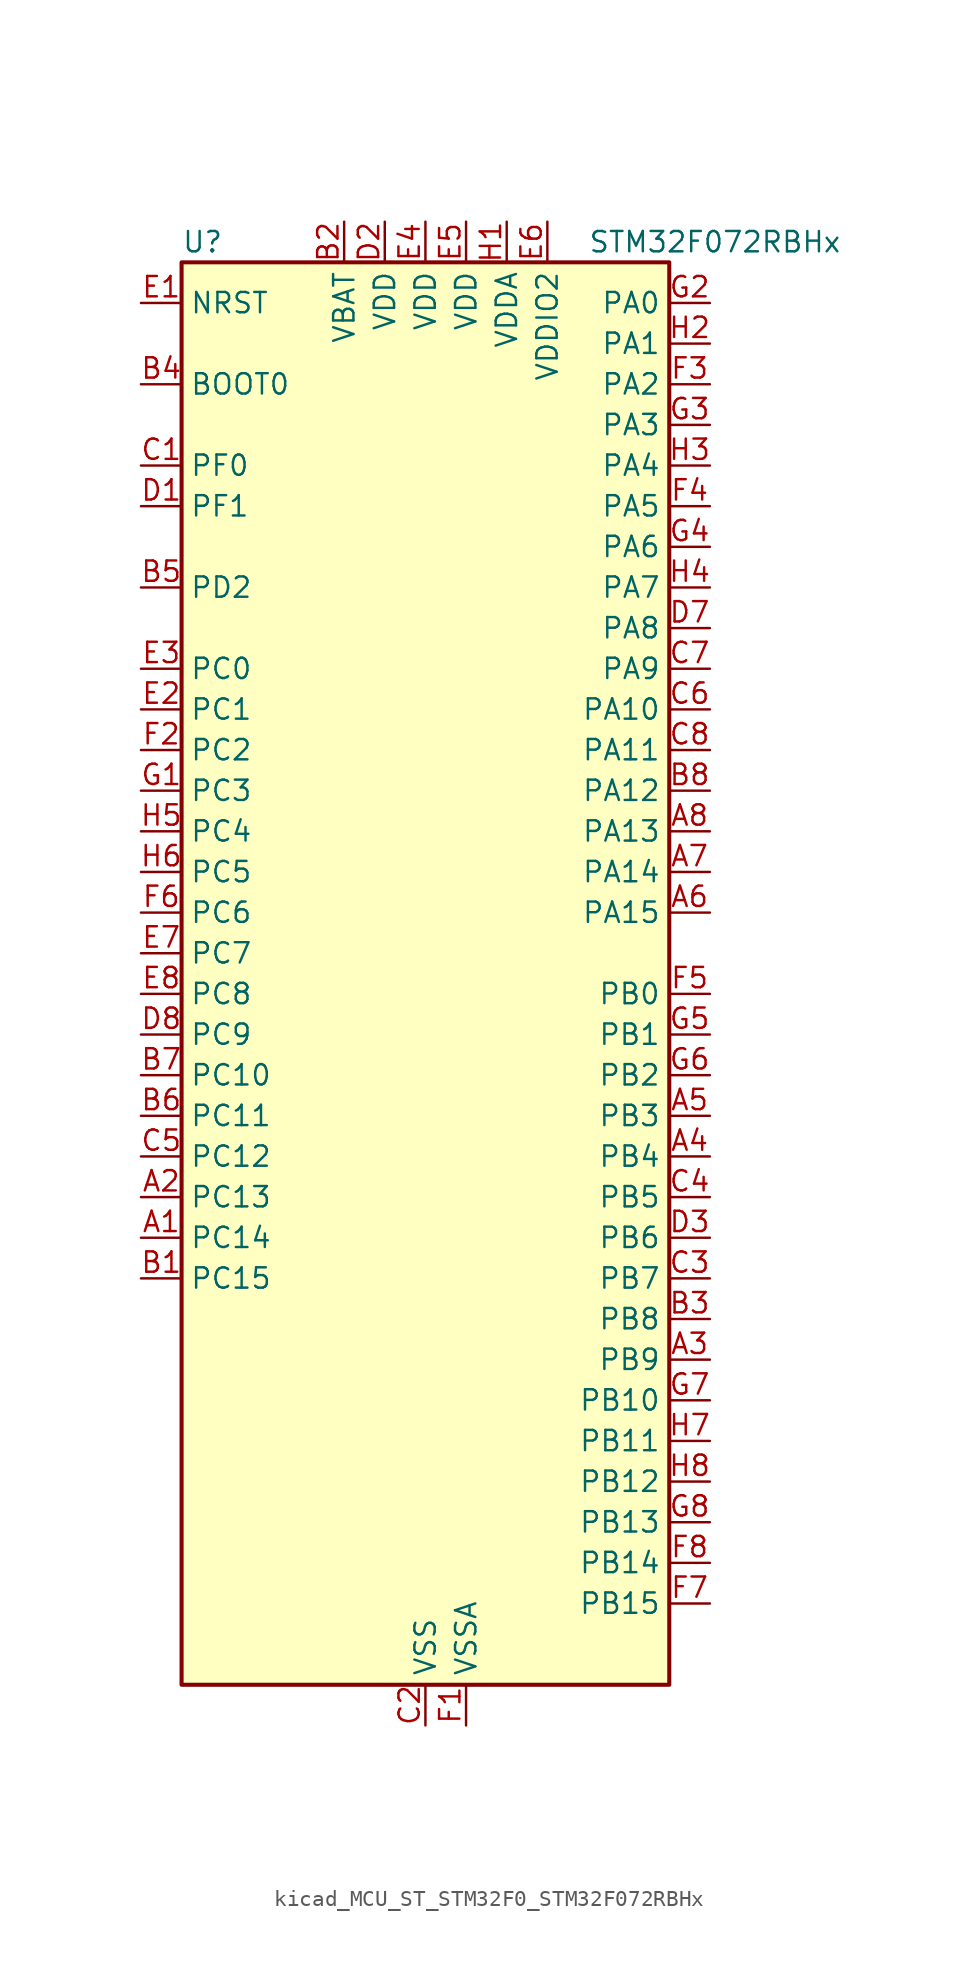
<source format=kicad_sym>
(kicad_symbol_lib
  (version 20220914)
  (generator kicad_symbol_editor)
  (symbol "kicad_MCU_ST_STM32F0_STM32F072RBHx"
    (property "Reference" "U"
      (at -15.24 46.99 0)
      (effects (font (size 1.27 1.27)) (justify left)))
    (property "Value" "STM32F072RBHx"
      (at 10.16 46.99 0)
      (effects (font (size 1.27 1.27)) (justify left)))
    (property "ki_locked" ""
      (at 0 0 0)
      (effects (font (size 1.27 1.27))))
    (symbol "kicad_MCU_ST_STM32F0_STM32F072RBHx_0_1"
      (rectangle (start -15.24 -43.18) (end 15.24 45.72) (stroke (width 0.254) (type default)) (fill (type background))))
    (symbol "kicad_MCU_ST_STM32F0_STM32F072RBHx_1_1"
      (pin bidirectional line (at -17.78 -15.24 0) (length 2.54) (name "PC14" (effects (font (size 1.27 1.27)))) (number "A1" (effects (font (size 1.27 1.27)))) (alternate "RCC_OSC32_IN" bidirectional line))
      (pin bidirectional line (at -17.78 -12.7 0) (length 2.54) (name "PC13" (effects (font (size 1.27 1.27)))) (number "A2" (effects (font (size 1.27 1.27)))) (alternate "RTC_OUT_ALARM" bidirectional line) (alternate "RTC_OUT_CALIB" bidirectional line) (alternate "RTC_TAMP1" bidirectional line) (alternate "RTC_TS" bidirectional line) (alternate "SYS_WKUP2" bidirectional line))
      (pin bidirectional line (at 17.78 -22.86 180) (length 2.54) (name "PB9" (effects (font (size 1.27 1.27)))) (number "A3" (effects (font (size 1.27 1.27)))) (alternate "CAN_TX" bidirectional line) (alternate "DAC_EXTI9" bidirectional line) (alternate "I2C1_SDA" bidirectional line) (alternate "I2S2_WS" bidirectional line) (alternate "IR_OUT" bidirectional line) (alternate "SPI2_NSS" bidirectional line) (alternate "TIM17_CH1" bidirectional line))
      (pin bidirectional line (at 17.78 -10.16 180) (length 2.54) (name "PB4" (effects (font (size 1.27 1.27)))) (number "A4" (effects (font (size 1.27 1.27)))) (alternate "I2S1_MCK" bidirectional line) (alternate "SPI1_MISO" bidirectional line) (alternate "TIM17_BKIN" bidirectional line) (alternate "TIM3_CH1" bidirectional line) (alternate "TSC_G5_IO2" bidirectional line))
      (pin bidirectional line (at 17.78 -7.62 180) (length 2.54) (name "PB3" (effects (font (size 1.27 1.27)))) (number "A5" (effects (font (size 1.27 1.27)))) (alternate "I2S1_CK" bidirectional line) (alternate "SPI1_SCK" bidirectional line) (alternate "TIM2_CH2" bidirectional line) (alternate "TSC_G5_IO1" bidirectional line))
      (pin bidirectional line (at 17.78 5.08 180) (length 2.54) (name "PA15" (effects (font (size 1.27 1.27)))) (number "A6" (effects (font (size 1.27 1.27)))) (alternate "I2S1_WS" bidirectional line) (alternate "SPI1_NSS" bidirectional line) (alternate "TIM2_CH1" bidirectional line) (alternate "TIM2_ETR" bidirectional line) (alternate "USART2_RX" bidirectional line) (alternate "USART4_DE" bidirectional line) (alternate "USART4_RTS" bidirectional line))
      (pin bidirectional line (at 17.78 7.62 180) (length 2.54) (name "PA14" (effects (font (size 1.27 1.27)))) (number "A7" (effects (font (size 1.27 1.27)))) (alternate "SYS_SWCLK" bidirectional line) (alternate "USART2_TX" bidirectional line))
      (pin bidirectional line (at 17.78 10.16 180) (length 2.54) (name "PA13" (effects (font (size 1.27 1.27)))) (number "A8" (effects (font (size 1.27 1.27)))) (alternate "IR_OUT" bidirectional line) (alternate "SYS_SWDIO" bidirectional line) (alternate "USB_NOE" bidirectional line))
      (pin bidirectional line (at -17.78 -17.78 0) (length 2.54) (name "PC15" (effects (font (size 1.27 1.27)))) (number "B1" (effects (font (size 1.27 1.27)))) (alternate "RCC_OSC32_OUT" bidirectional line))
      (pin power_in line (at -5.08 48.26 270) (length 2.54) (name "VBAT" (effects (font (size 1.27 1.27)))) (number "B2" (effects (font (size 1.27 1.27)))))
      (pin bidirectional line (at 17.78 -20.32 180) (length 2.54) (name "PB8" (effects (font (size 1.27 1.27)))) (number "B3" (effects (font (size 1.27 1.27)))) (alternate "CAN_RX" bidirectional line) (alternate "CEC" bidirectional line) (alternate "I2C1_SCL" bidirectional line) (alternate "TIM16_CH1" bidirectional line) (alternate "TSC_SYNC" bidirectional line))
      (pin input line (at -17.78 38.1 0) (length 2.54) (name "BOOT0" (effects (font (size 1.27 1.27)))) (number "B4" (effects (font (size 1.27 1.27)))))
      (pin bidirectional line (at -17.78 25.4 0) (length 2.54) (name "PD2" (effects (font (size 1.27 1.27)))) (number "B5" (effects (font (size 1.27 1.27)))) (alternate "TIM3_ETR" bidirectional line) (alternate "USART3_DE" bidirectional line) (alternate "USART3_RTS" bidirectional line))
      (pin bidirectional line (at -17.78 -7.62 0) (length 2.54) (name "PC11" (effects (font (size 1.27 1.27)))) (number "B6" (effects (font (size 1.27 1.27)))) (alternate "USART3_RX" bidirectional line) (alternate "USART4_RX" bidirectional line))
      (pin bidirectional line (at -17.78 -5.08 0) (length 2.54) (name "PC10" (effects (font (size 1.27 1.27)))) (number "B7" (effects (font (size 1.27 1.27)))) (alternate "USART3_TX" bidirectional line) (alternate "USART4_TX" bidirectional line))
      (pin bidirectional line (at 17.78 12.7 180) (length 2.54) (name "PA12" (effects (font (size 1.27 1.27)))) (number "B8" (effects (font (size 1.27 1.27)))) (alternate "CAN_TX" bidirectional line) (alternate "COMP2_OUT" bidirectional line) (alternate "TIM1_ETR" bidirectional line) (alternate "TSC_G4_IO4" bidirectional line) (alternate "USART1_DE" bidirectional line) (alternate "USART1_RTS" bidirectional line) (alternate "USB_DP" bidirectional line))
      (pin bidirectional line (at -17.78 33.02 0) (length 2.54) (name "PF0" (effects (font (size 1.27 1.27)))) (number "C1" (effects (font (size 1.27 1.27)))) (alternate "CRS_SYNC" bidirectional line) (alternate "RCC_OSC_IN" bidirectional line))
      (pin power_in line (at 0 -45.72 90) (length 2.54) (name "VSS" (effects (font (size 1.27 1.27)))) (number "C2" (effects (font (size 1.27 1.27)))))
      (pin bidirectional line (at 17.78 -17.78 180) (length 2.54) (name "PB7" (effects (font (size 1.27 1.27)))) (number "C3" (effects (font (size 1.27 1.27)))) (alternate "I2C1_SDA" bidirectional line) (alternate "TIM17_CH1N" bidirectional line) (alternate "TSC_G5_IO4" bidirectional line) (alternate "USART1_RX" bidirectional line) (alternate "USART4_CTS" bidirectional line))
      (pin bidirectional line (at 17.78 -12.7 180) (length 2.54) (name "PB5" (effects (font (size 1.27 1.27)))) (number "C4" (effects (font (size 1.27 1.27)))) (alternate "I2C1_SMBA" bidirectional line) (alternate "I2S1_SD" bidirectional line) (alternate "SPI1_MOSI" bidirectional line) (alternate "SYS_WKUP6" bidirectional line) (alternate "TIM16_BKIN" bidirectional line) (alternate "TIM3_CH2" bidirectional line))
      (pin bidirectional line (at -17.78 -10.16 0) (length 2.54) (name "PC12" (effects (font (size 1.27 1.27)))) (number "C5" (effects (font (size 1.27 1.27)))) (alternate "USART3_CK" bidirectional line) (alternate "USART4_CK" bidirectional line))
      (pin bidirectional line (at 17.78 17.78 180) (length 2.54) (name "PA10" (effects (font (size 1.27 1.27)))) (number "C6" (effects (font (size 1.27 1.27)))) (alternate "TIM17_BKIN" bidirectional line) (alternate "TIM1_CH3" bidirectional line) (alternate "TSC_G4_IO2" bidirectional line) (alternate "USART1_RX" bidirectional line))
      (pin bidirectional line (at 17.78 20.32 180) (length 2.54) (name "PA9" (effects (font (size 1.27 1.27)))) (number "C7" (effects (font (size 1.27 1.27)))) (alternate "DAC_EXTI9" bidirectional line) (alternate "TIM15_BKIN" bidirectional line) (alternate "TIM1_CH2" bidirectional line) (alternate "TSC_G4_IO1" bidirectional line) (alternate "USART1_TX" bidirectional line))
      (pin bidirectional line (at 17.78 15.24 180) (length 2.54) (name "PA11" (effects (font (size 1.27 1.27)))) (number "C8" (effects (font (size 1.27 1.27)))) (alternate "CAN_RX" bidirectional line) (alternate "COMP1_OUT" bidirectional line) (alternate "TIM1_CH4" bidirectional line) (alternate "TSC_G4_IO3" bidirectional line) (alternate "USART1_CTS" bidirectional line) (alternate "USB_DM" bidirectional line))
      (pin bidirectional line (at -17.78 30.48 0) (length 2.54) (name "PF1" (effects (font (size 1.27 1.27)))) (number "D1" (effects (font (size 1.27 1.27)))) (alternate "RCC_OSC_OUT" bidirectional line))
      (pin power_in line (at -2.54 48.26 270) (length 2.54) (name "VDD" (effects (font (size 1.27 1.27)))) (number "D2" (effects (font (size 1.27 1.27)))))
      (pin bidirectional line (at 17.78 -15.24 180) (length 2.54) (name "PB6" (effects (font (size 1.27 1.27)))) (number "D3" (effects (font (size 1.27 1.27)))) (alternate "I2C1_SCL" bidirectional line) (alternate "TIM16_CH1N" bidirectional line) (alternate "TSC_G5_IO3" bidirectional line) (alternate "USART1_TX" bidirectional line))
      (pin passive line (at 0 -45.72 90) (length 2.54) hide (name "VSS" (effects (font (size 1.27 1.27)))) (number "D4" (effects (font (size 1.27 1.27)))))
      (pin passive line (at 0 -45.72 90) (length 2.54) hide (name "VSS" (effects (font (size 1.27 1.27)))) (number "D5" (effects (font (size 1.27 1.27)))))
      (pin passive line (at 0 -45.72 90) (length 2.54) hide (name "VSS" (effects (font (size 1.27 1.27)))) (number "D6" (effects (font (size 1.27 1.27)))))
      (pin bidirectional line (at 17.78 22.86 180) (length 2.54) (name "PA8" (effects (font (size 1.27 1.27)))) (number "D7" (effects (font (size 1.27 1.27)))) (alternate "CRS_SYNC" bidirectional line) (alternate "RCC_MCO" bidirectional line) (alternate "TIM1_CH1" bidirectional line) (alternate "USART1_CK" bidirectional line))
      (pin bidirectional line (at -17.78 -2.54 0) (length 2.54) (name "PC9" (effects (font (size 1.27 1.27)))) (number "D8" (effects (font (size 1.27 1.27)))) (alternate "DAC_EXTI9" bidirectional line) (alternate "TIM3_CH4" bidirectional line))
      (pin input line (at -17.78 43.18 0) (length 2.54) (name "NRST" (effects (font (size 1.27 1.27)))) (number "E1" (effects (font (size 1.27 1.27)))))
      (pin bidirectional line (at -17.78 17.78 0) (length 2.54) (name "PC1" (effects (font (size 1.27 1.27)))) (number "E2" (effects (font (size 1.27 1.27)))) (alternate "ADC_IN11" bidirectional line))
      (pin bidirectional line (at -17.78 20.32 0) (length 2.54) (name "PC0" (effects (font (size 1.27 1.27)))) (number "E3" (effects (font (size 1.27 1.27)))) (alternate "ADC_IN10" bidirectional line))
      (pin power_in line (at 0 48.26 270) (length 2.54) (name "VDD" (effects (font (size 1.27 1.27)))) (number "E4" (effects (font (size 1.27 1.27)))))
      (pin power_in line (at 2.54 48.26 270) (length 2.54) (name "VDD" (effects (font (size 1.27 1.27)))) (number "E5" (effects (font (size 1.27 1.27)))))
      (pin power_in line (at 7.62 48.26 270) (length 2.54) (name "VDDIO2" (effects (font (size 1.27 1.27)))) (number "E6" (effects (font (size 1.27 1.27)))))
      (pin bidirectional line (at -17.78 2.54 0) (length 2.54) (name "PC7" (effects (font (size 1.27 1.27)))) (number "E7" (effects (font (size 1.27 1.27)))) (alternate "TIM3_CH2" bidirectional line))
      (pin bidirectional line (at -17.78 0 0) (length 2.54) (name "PC8" (effects (font (size 1.27 1.27)))) (number "E8" (effects (font (size 1.27 1.27)))) (alternate "TIM3_CH3" bidirectional line))
      (pin power_in line (at 2.54 -45.72 90) (length 2.54) (name "VSSA" (effects (font (size 1.27 1.27)))) (number "F1" (effects (font (size 1.27 1.27)))))
      (pin bidirectional line (at -17.78 15.24 0) (length 2.54) (name "PC2" (effects (font (size 1.27 1.27)))) (number "F2" (effects (font (size 1.27 1.27)))) (alternate "ADC_IN12" bidirectional line) (alternate "I2S2_MCK" bidirectional line) (alternate "SPI2_MISO" bidirectional line))
      (pin bidirectional line (at 17.78 38.1 180) (length 2.54) (name "PA2" (effects (font (size 1.27 1.27)))) (number "F3" (effects (font (size 1.27 1.27)))) (alternate "ADC_IN2" bidirectional line) (alternate "COMP2_INM" bidirectional line) (alternate "COMP2_OUT" bidirectional line) (alternate "SYS_WKUP4" bidirectional line) (alternate "TIM15_CH1" bidirectional line) (alternate "TIM2_CH3" bidirectional line) (alternate "TSC_G1_IO3" bidirectional line) (alternate "USART2_TX" bidirectional line))
      (pin bidirectional line (at 17.78 30.48 180) (length 2.54) (name "PA5" (effects (font (size 1.27 1.27)))) (number "F4" (effects (font (size 1.27 1.27)))) (alternate "ADC_IN5" bidirectional line) (alternate "CEC" bidirectional line) (alternate "COMP1_INM" bidirectional line) (alternate "COMP2_INM" bidirectional line) (alternate "DAC_OUT2" bidirectional line) (alternate "I2S1_CK" bidirectional line) (alternate "SPI1_SCK" bidirectional line) (alternate "TIM2_CH1" bidirectional line) (alternate "TIM2_ETR" bidirectional line) (alternate "TSC_G2_IO2" bidirectional line))
      (pin bidirectional line (at 17.78 0 180) (length 2.54) (name "PB0" (effects (font (size 1.27 1.27)))) (number "F5" (effects (font (size 1.27 1.27)))) (alternate "ADC_IN8" bidirectional line) (alternate "TIM1_CH2N" bidirectional line) (alternate "TIM3_CH3" bidirectional line) (alternate "TSC_G3_IO2" bidirectional line) (alternate "USART3_CK" bidirectional line))
      (pin bidirectional line (at -17.78 5.08 0) (length 2.54) (name "PC6" (effects (font (size 1.27 1.27)))) (number "F6" (effects (font (size 1.27 1.27)))) (alternate "TIM3_CH1" bidirectional line))
      (pin bidirectional line (at 17.78 -38.1 180) (length 2.54) (name "PB15" (effects (font (size 1.27 1.27)))) (number "F7" (effects (font (size 1.27 1.27)))) (alternate "I2S2_SD" bidirectional line) (alternate "RTC_REFIN" bidirectional line) (alternate "SPI2_MOSI" bidirectional line) (alternate "SYS_WKUP7" bidirectional line) (alternate "TIM15_CH1N" bidirectional line) (alternate "TIM15_CH2" bidirectional line) (alternate "TIM1_CH3N" bidirectional line))
      (pin bidirectional line (at 17.78 -35.56 180) (length 2.54) (name "PB14" (effects (font (size 1.27 1.27)))) (number "F8" (effects (font (size 1.27 1.27)))) (alternate "I2C2_SDA" bidirectional line) (alternate "I2S2_MCK" bidirectional line) (alternate "SPI2_MISO" bidirectional line) (alternate "TIM15_CH1" bidirectional line) (alternate "TIM1_CH2N" bidirectional line) (alternate "TSC_G6_IO4" bidirectional line) (alternate "USART3_DE" bidirectional line) (alternate "USART3_RTS" bidirectional line))
      (pin bidirectional line (at -17.78 12.7 0) (length 2.54) (name "PC3" (effects (font (size 1.27 1.27)))) (number "G1" (effects (font (size 1.27 1.27)))) (alternate "ADC_IN13" bidirectional line) (alternate "I2S2_SD" bidirectional line) (alternate "SPI2_MOSI" bidirectional line))
      (pin bidirectional line (at 17.78 43.18 180) (length 2.54) (name "PA0" (effects (font (size 1.27 1.27)))) (number "G2" (effects (font (size 1.27 1.27)))) (alternate "ADC_IN0" bidirectional line) (alternate "COMP1_INM" bidirectional line) (alternate "COMP1_OUT" bidirectional line) (alternate "RTC_TAMP2" bidirectional line) (alternate "SYS_WKUP1" bidirectional line) (alternate "TIM2_CH1" bidirectional line) (alternate "TIM2_ETR" bidirectional line) (alternate "TSC_G1_IO1" bidirectional line) (alternate "USART2_CTS" bidirectional line) (alternate "USART4_TX" bidirectional line))
      (pin bidirectional line (at 17.78 35.56 180) (length 2.54) (name "PA3" (effects (font (size 1.27 1.27)))) (number "G3" (effects (font (size 1.27 1.27)))) (alternate "ADC_IN3" bidirectional line) (alternate "COMP2_INP" bidirectional line) (alternate "TIM15_CH2" bidirectional line) (alternate "TIM2_CH4" bidirectional line) (alternate "TSC_G1_IO4" bidirectional line) (alternate "USART2_RX" bidirectional line))
      (pin bidirectional line (at 17.78 27.94 180) (length 2.54) (name "PA6" (effects (font (size 1.27 1.27)))) (number "G4" (effects (font (size 1.27 1.27)))) (alternate "ADC_IN6" bidirectional line) (alternate "COMP1_OUT" bidirectional line) (alternate "I2S1_MCK" bidirectional line) (alternate "SPI1_MISO" bidirectional line) (alternate "TIM16_CH1" bidirectional line) (alternate "TIM1_BKIN" bidirectional line) (alternate "TIM3_CH1" bidirectional line) (alternate "TSC_G2_IO3" bidirectional line) (alternate "USART3_CTS" bidirectional line))
      (pin bidirectional line (at 17.78 -2.54 180) (length 2.54) (name "PB1" (effects (font (size 1.27 1.27)))) (number "G5" (effects (font (size 1.27 1.27)))) (alternate "ADC_IN9" bidirectional line) (alternate "TIM14_CH1" bidirectional line) (alternate "TIM1_CH3N" bidirectional line) (alternate "TIM3_CH4" bidirectional line) (alternate "TSC_G3_IO3" bidirectional line) (alternate "USART3_DE" bidirectional line) (alternate "USART3_RTS" bidirectional line))
      (pin bidirectional line (at 17.78 -5.08 180) (length 2.54) (name "PB2" (effects (font (size 1.27 1.27)))) (number "G6" (effects (font (size 1.27 1.27)))) (alternate "TSC_G3_IO4" bidirectional line))
      (pin bidirectional line (at 17.78 -25.4 180) (length 2.54) (name "PB10" (effects (font (size 1.27 1.27)))) (number "G7" (effects (font (size 1.27 1.27)))) (alternate "CEC" bidirectional line) (alternate "I2C2_SCL" bidirectional line) (alternate "I2S2_CK" bidirectional line) (alternate "SPI2_SCK" bidirectional line) (alternate "TIM2_CH3" bidirectional line) (alternate "TSC_SYNC" bidirectional line) (alternate "USART3_TX" bidirectional line))
      (pin bidirectional line (at 17.78 -33.02 180) (length 2.54) (name "PB13" (effects (font (size 1.27 1.27)))) (number "G8" (effects (font (size 1.27 1.27)))) (alternate "I2C2_SCL" bidirectional line) (alternate "I2S2_CK" bidirectional line) (alternate "SPI2_SCK" bidirectional line) (alternate "TIM1_CH1N" bidirectional line) (alternate "TSC_G6_IO3" bidirectional line) (alternate "USART3_CTS" bidirectional line))
      (pin power_in line (at 5.08 48.26 270) (length 2.54) (name "VDDA" (effects (font (size 1.27 1.27)))) (number "H1" (effects (font (size 1.27 1.27)))))
      (pin bidirectional line (at 17.78 40.64 180) (length 2.54) (name "PA1" (effects (font (size 1.27 1.27)))) (number "H2" (effects (font (size 1.27 1.27)))) (alternate "ADC_IN1" bidirectional line) (alternate "COMP1_INP" bidirectional line) (alternate "TIM15_CH1N" bidirectional line) (alternate "TIM2_CH2" bidirectional line) (alternate "TSC_G1_IO2" bidirectional line) (alternate "USART2_DE" bidirectional line) (alternate "USART2_RTS" bidirectional line) (alternate "USART4_RX" bidirectional line))
      (pin bidirectional line (at 17.78 33.02 180) (length 2.54) (name "PA4" (effects (font (size 1.27 1.27)))) (number "H3" (effects (font (size 1.27 1.27)))) (alternate "ADC_IN4" bidirectional line) (alternate "COMP1_INM" bidirectional line) (alternate "COMP2_INM" bidirectional line) (alternate "DAC_OUT1" bidirectional line) (alternate "I2S1_WS" bidirectional line) (alternate "SPI1_NSS" bidirectional line) (alternate "TIM14_CH1" bidirectional line) (alternate "TSC_G2_IO1" bidirectional line) (alternate "USART2_CK" bidirectional line))
      (pin bidirectional line (at 17.78 25.4 180) (length 2.54) (name "PA7" (effects (font (size 1.27 1.27)))) (number "H4" (effects (font (size 1.27 1.27)))) (alternate "ADC_IN7" bidirectional line) (alternate "COMP2_OUT" bidirectional line) (alternate "I2S1_SD" bidirectional line) (alternate "SPI1_MOSI" bidirectional line) (alternate "TIM14_CH1" bidirectional line) (alternate "TIM17_CH1" bidirectional line) (alternate "TIM1_CH1N" bidirectional line) (alternate "TIM3_CH2" bidirectional line) (alternate "TSC_G2_IO4" bidirectional line))
      (pin bidirectional line (at -17.78 10.16 0) (length 2.54) (name "PC4" (effects (font (size 1.27 1.27)))) (number "H5" (effects (font (size 1.27 1.27)))) (alternate "ADC_IN14" bidirectional line) (alternate "USART3_TX" bidirectional line))
      (pin bidirectional line (at -17.78 7.62 0) (length 2.54) (name "PC5" (effects (font (size 1.27 1.27)))) (number "H6" (effects (font (size 1.27 1.27)))) (alternate "ADC_IN15" bidirectional line) (alternate "SYS_WKUP5" bidirectional line) (alternate "TSC_G3_IO1" bidirectional line) (alternate "USART3_RX" bidirectional line))
      (pin bidirectional line (at 17.78 -27.94 180) (length 2.54) (name "PB11" (effects (font (size 1.27 1.27)))) (number "H7" (effects (font (size 1.27 1.27)))) (alternate "I2C2_SDA" bidirectional line) (alternate "TIM2_CH4" bidirectional line) (alternate "TSC_G6_IO1" bidirectional line) (alternate "USART3_RX" bidirectional line))
      (pin bidirectional line (at 17.78 -30.48 180) (length 2.54) (name "PB12" (effects (font (size 1.27 1.27)))) (number "H8" (effects (font (size 1.27 1.27)))) (alternate "I2S2_WS" bidirectional line) (alternate "SPI2_NSS" bidirectional line) (alternate "TIM15_BKIN" bidirectional line) (alternate "TIM1_BKIN" bidirectional line) (alternate "TSC_G6_IO2" bidirectional line) (alternate "USART3_CK" bidirectional line)))))
</source>
